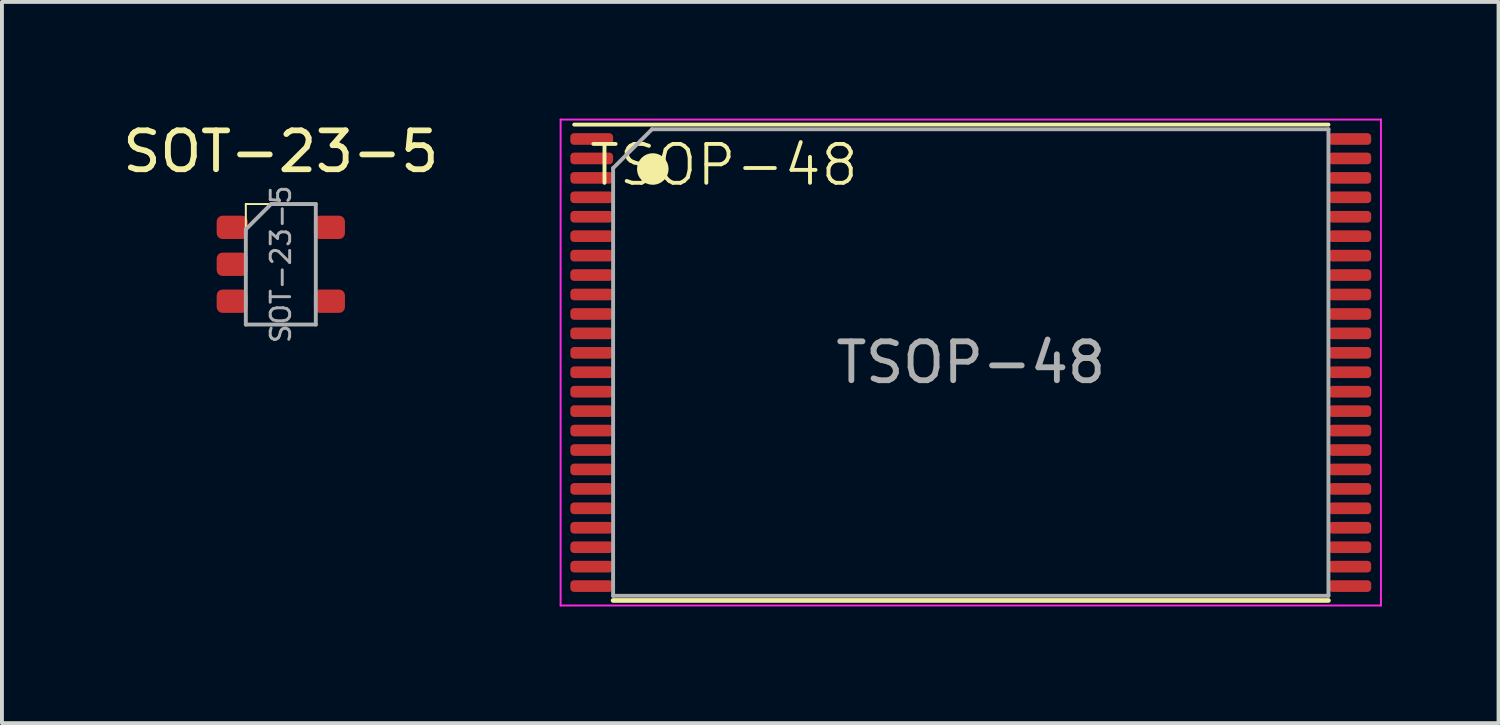
<source format=kicad_pcb>
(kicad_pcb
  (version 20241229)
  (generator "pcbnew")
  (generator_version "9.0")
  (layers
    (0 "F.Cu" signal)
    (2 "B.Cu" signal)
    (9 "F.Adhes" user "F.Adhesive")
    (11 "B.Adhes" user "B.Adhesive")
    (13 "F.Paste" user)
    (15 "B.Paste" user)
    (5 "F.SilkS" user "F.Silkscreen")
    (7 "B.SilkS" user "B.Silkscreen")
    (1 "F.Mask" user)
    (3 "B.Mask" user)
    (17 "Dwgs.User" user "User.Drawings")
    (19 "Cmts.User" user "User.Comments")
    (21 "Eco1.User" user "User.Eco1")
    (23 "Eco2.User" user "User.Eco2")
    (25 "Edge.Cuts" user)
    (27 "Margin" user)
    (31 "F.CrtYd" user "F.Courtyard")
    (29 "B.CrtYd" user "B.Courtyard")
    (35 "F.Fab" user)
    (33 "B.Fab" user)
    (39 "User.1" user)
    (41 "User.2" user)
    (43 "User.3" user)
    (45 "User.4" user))
  (footprint "TSOP-48"
    (layer "F.Cu")
    (at 21.92 6.275)
    (property "Reference" "TSOP-48" (at -6.35 -5.08 180) (layer "F.SilkS") (effects (font (size 1 1) (thickness 0.1))))
    (attr smd)
    (fp_line (start -9.2 6.12) (end 9.2 6.12) (stroke (width 0.12) (type solid)) (layer "F.SilkS"))
    (fp_line (start 9.2 -6.12) (end -10.2 -6.12) (stroke (width 0.1) (type solid)) (layer "F.SilkS"))
    (fp_circle (center -8.179 -4.978) (end -7.976 -4.978) (stroke (width 0.406) (type solid)) (fill no) (layer "F.SilkS"))
    (fp_line (start -10.55 -6.25) (end 10.55 -6.25) (stroke (width 0.05) (type solid)) (layer "F.CrtYd"))
    (fp_line (start -10.55 6.25) (end -10.55 -6.25) (stroke (width 0.05) (type solid)) (layer "F.CrtYd"))
    (fp_line (start 10.55 -6.25) (end 10.55 6.25) (stroke (width 0.05) (type solid)) (layer "F.CrtYd"))
    (fp_line (start 10.55 6.25) (end -10.55 6.25) (stroke (width 0.05) (type solid)) (layer "F.CrtYd"))
    (fp_line (start -9.2 6) (end -9.2 -5) (stroke (width 0.1) (type solid)) (layer "F.Fab"))
    (fp_line (start -8.2 -6) (end -9.2 -5) (stroke (width 0.1) (type solid)) (layer "F.Fab"))
    (fp_line (start -8.2 -6) (end 9.2 -6) (stroke (width 0.1) (type solid)) (layer "F.Fab"))
    (fp_line (start 9.2 -6) (end 9.2 6) (stroke (width 0.1) (type solid)) (layer "F.Fab"))
    (fp_line (start 9.2 6) (end -9.2 6) (stroke (width 0.1) (type solid)) (layer "F.Fab"))
    (fp_text user "${REFERENCE}" (at 0 0 180) (layer "F.Fab") (effects (font (size 1 1) (thickness 0.15))))
    (pad "1" smd roundrect (at -9.75 -5.75) (size 1.1 0.3) (layers "F.Cu" "F.Mask" "F.Paste") (roundrect_rratio 0.32))
    (pad "2" smd roundrect (at -9.75 -5.25) (size 1.1 0.3) (layers "F.Cu" "F.Mask" "F.Paste") (roundrect_rratio 0.32))
    (pad "3" smd roundrect (at -9.75 -4.75) (size 1.1 0.3) (layers "F.Cu" "F.Mask" "F.Paste") (roundrect_rratio 0.32))
    (pad "4" smd roundrect (at -9.75 -4.25) (size 1.1 0.3) (layers "F.Cu" "F.Mask" "F.Paste") (roundrect_rratio 0.32))
    (pad "5" smd roundrect (at -9.75 -3.75) (size 1.1 0.3) (layers "F.Cu" "F.Mask" "F.Paste") (roundrect_rratio 0.32))
    (pad "6" smd roundrect (at -9.75 -3.25) (size 1.1 0.3) (layers "F.Cu" "F.Mask" "F.Paste") (roundrect_rratio 0.32))
    (pad "7" smd roundrect (at -9.75 -2.75) (size 1.1 0.3) (layers "F.Cu" "F.Mask" "F.Paste") (roundrect_rratio 0.32))
    (pad "8" smd roundrect (at -9.75 -2.25) (size 1.1 0.3) (layers "F.Cu" "F.Mask" "F.Paste") (roundrect_rratio 0.32))
    (pad "9" smd roundrect (at -9.75 -1.75) (size 1.1 0.3) (layers "F.Cu" "F.Mask" "F.Paste") (roundrect_rratio 0.32))
    (pad "10" smd roundrect (at -9.75 -1.25) (size 1.1 0.3) (layers "F.Cu" "F.Mask" "F.Paste") (roundrect_rratio 0.32))
    (pad "11" smd roundrect (at -9.75 -0.75) (size 1.1 0.3) (layers "F.Cu" "F.Mask" "F.Paste") (roundrect_rratio 0.32))
    (pad "12" smd roundrect (at -9.75 -0.25) (size 1.1 0.3) (layers "F.Cu" "F.Mask" "F.Paste") (roundrect_rratio 0.32))
    (pad "13" smd roundrect (at -9.75 0.25) (size 1.1 0.3) (layers "F.Cu" "F.Mask" "F.Paste") (roundrect_rratio 0.32))
    (pad "14" smd roundrect (at -9.75 0.75) (size 1.1 0.3) (layers "F.Cu" "F.Mask" "F.Paste") (roundrect_rratio 0.32))
    (pad "15" smd roundrect (at -9.75 1.25) (size 1.1 0.3) (layers "F.Cu" "F.Mask" "F.Paste") (roundrect_rratio 0.32))
    (pad "16" smd roundrect (at -9.75 1.75) (size 1.1 0.3) (layers "F.Cu" "F.Mask" "F.Paste") (roundrect_rratio 0.32))
    (pad "17" smd roundrect (at -9.75 2.25) (size 1.1 0.3) (layers "F.Cu" "F.Mask" "F.Paste") (roundrect_rratio 0.32))
    (pad "18" smd roundrect (at -9.75 2.75) (size 1.1 0.3) (layers "F.Cu" "F.Mask" "F.Paste") (roundrect_rratio 0.32))
    (pad "19" smd roundrect (at -9.75 3.25) (size 1.1 0.3) (layers "F.Cu" "F.Mask" "F.Paste") (roundrect_rratio 0.32))
    (pad "20" smd roundrect (at -9.75 3.75) (size 1.1 0.3) (layers "F.Cu" "F.Mask" "F.Paste") (roundrect_rratio 0.32))
    (pad "21" smd roundrect (at -9.75 4.25) (size 1.1 0.3) (layers "F.Cu" "F.Mask" "F.Paste") (roundrect_rratio 0.32))
    (pad "22" smd roundrect (at -9.75 4.75) (size 1.1 0.3) (layers "F.Cu" "F.Mask" "F.Paste") (roundrect_rratio 0.32))
    (pad "23" smd roundrect (at -9.75 5.25) (size 1.1 0.3) (layers "F.Cu" "F.Mask" "F.Paste") (roundrect_rratio 0.32))
    (pad "24" smd roundrect (at -9.75 5.75) (size 1.1 0.3) (layers "F.Cu" "F.Mask" "F.Paste") (roundrect_rratio 0.32))
    (pad "25" smd roundrect (at 9.75 5.75) (size 1.1 0.3) (layers "F.Cu" "F.Mask" "F.Paste") (roundrect_rratio 0.32))
    (pad "26" smd roundrect (at 9.75 5.25) (size 1.1 0.3) (layers "F.Cu" "F.Mask" "F.Paste") (roundrect_rratio 0.32))
    (pad "27" smd roundrect (at 9.75 4.75) (size 1.1 0.3) (layers "F.Cu" "F.Mask" "F.Paste") (roundrect_rratio 0.32))
    (pad "28" smd roundrect (at 9.75 4.25) (size 1.1 0.3) (layers "F.Cu" "F.Mask" "F.Paste") (roundrect_rratio 0.32))
    (pad "29" smd roundrect (at 9.75 3.75) (size 1.1 0.3) (layers "F.Cu" "F.Mask" "F.Paste") (roundrect_rratio 0.32))
    (pad "30" smd roundrect (at 9.75 3.25) (size 1.1 0.3) (layers "F.Cu" "F.Mask" "F.Paste") (roundrect_rratio 0.32))
    (pad "31" smd roundrect (at 9.75 2.75) (size 1.1 0.3) (layers "F.Cu" "F.Mask" "F.Paste") (roundrect_rratio 0.32))
    (pad "32" smd roundrect (at 9.75 2.25) (size 1.1 0.3) (layers "F.Cu" "F.Mask" "F.Paste") (roundrect_rratio 0.32))
    (pad "33" smd roundrect (at 9.75 1.75) (size 1.1 0.3) (layers "F.Cu" "F.Mask" "F.Paste") (roundrect_rratio 0.32))
    (pad "34" smd roundrect (at 9.75 1.25) (size 1.1 0.3) (layers "F.Cu" "F.Mask" "F.Paste") (roundrect_rratio 0.32))
    (pad "35" smd roundrect (at 9.75 0.75) (size 1.1 0.3) (layers "F.Cu" "F.Mask" "F.Paste") (roundrect_rratio 0.32))
    (pad "36" smd roundrect (at 9.75 0.25) (size 1.1 0.3) (layers "F.Cu" "F.Mask" "F.Paste") (roundrect_rratio 0.32))
    (pad "37" smd roundrect (at 9.75 -0.25) (size 1.1 0.3) (layers "F.Cu" "F.Mask" "F.Paste") (roundrect_rratio 0.32))
    (pad "38" smd roundrect (at 9.75 -0.75) (size 1.1 0.3) (layers "F.Cu" "F.Mask" "F.Paste") (roundrect_rratio 0.32))
    (pad "39" smd roundrect (at 9.75 -1.25) (size 1.1 0.3) (layers "F.Cu" "F.Mask" "F.Paste") (roundrect_rratio 0.32))
    (pad "40" smd roundrect (at 9.75 -1.75) (size 1.1 0.3) (layers "F.Cu" "F.Mask" "F.Paste") (roundrect_rratio 0.32))
    (pad "41" smd roundrect (at 9.75 -2.25) (size 1.1 0.3) (layers "F.Cu" "F.Mask" "F.Paste") (roundrect_rratio 0.32))
    (pad "42" smd roundrect (at 9.75 -2.75) (size 1.1 0.3) (layers "F.Cu" "F.Mask" "F.Paste") (roundrect_rratio 0.32))
    (pad "43" smd roundrect (at 9.75 -3.25) (size 1.1 0.3) (layers "F.Cu" "F.Mask" "F.Paste") (roundrect_rratio 0.32))
    (pad "44" smd roundrect (at 9.75 -3.75) (size 1.1 0.3) (layers "F.Cu" "F.Mask" "F.Paste") (roundrect_rratio 0.32))
    (pad "45" smd roundrect (at 9.75 -4.25) (size 1.1 0.3) (layers "F.Cu" "F.Mask" "F.Paste") (roundrect_rratio 0.32))
    (pad "46" smd roundrect (at 9.75 -4.75) (size 1.1 0.3) (layers "F.Cu" "F.Mask" "F.Paste") (roundrect_rratio 0.32))
    (pad "47" smd roundrect (at 9.75 -5.25) (size 1.1 0.3) (layers "F.Cu" "F.Mask" "F.Paste") (roundrect_rratio 0.32))
    (pad "48" smd roundrect (at 9.75 -5.75) (size 1.1 0.3) (layers "F.Cu" "F.Mask" "F.Paste") (roundrect_rratio 0.32)))
  (footprint "SOT-23-5"
    (layer "F.Cu")
    (at 4.173 3.748)
    (property "Reference" "SOT-23-5" (at 0 -2.9 0) (layer "F.SilkS") (effects (font (size 1 1) (thickness 0.15))))
    (attr smd)
    (fp_line (start -0.9 -1.55) (end -0.9 1.55) (stroke (width 0.051) (type solid)) (layer "F.SilkS"))
    (fp_line (start -0.9 1.55) (end 0.9 1.55) (stroke (width 0.051) (type solid)) (layer "F.SilkS"))
    (fp_line (start 0.9 -1.55) (end -0.9 -1.55) (stroke (width 0.051) (type solid)) (layer "F.SilkS"))
    (fp_line (start 0.9 1.55) (end 0.9 -1.55) (stroke (width 0.051) (type solid)) (layer "F.SilkS"))
    (fp_line (start -0.9 -0.9) (end -0.9 1.55) (stroke (width 0.1) (type solid)) (layer "F.Fab"))
    (fp_line (start -0.9 -0.9) (end -0.25 -1.55) (stroke (width 0.1) (type solid)) (layer "F.Fab"))
    (fp_line (start 0.9 -1.55) (end -0.25 -1.55) (stroke (width 0.1) (type solid)) (layer "F.Fab"))
    (fp_line (start 0.9 -1.55) (end 0.9 1.55) (stroke (width 0.1) (type solid)) (layer "F.Fab"))
    (fp_line (start 0.9 1.55) (end -0.9 1.55) (stroke (width 0.1) (type solid)) (layer "F.Fab"))
    (fp_text user "${REFERENCE}" (at 0 0 90) (layer "F.Fab") (effects (font (size 0.5 0.5) (thickness 0.075))))
    (pad "1" smd roundrect (at -1.25 -0.95) (size 0.8 0.6) (layers "F.Cu" "F.Mask" "F.Paste") (roundrect_rratio 0.25))
    (pad "2" smd roundrect (at -1.25 0) (size 0.8 0.6) (layers "F.Cu" "F.Mask" "F.Paste") (roundrect_rratio 0.25))
    (pad "3" smd roundrect (at -1.25 0.95) (size 0.8 0.6) (layers "F.Cu" "F.Mask" "F.Paste") (roundrect_rratio 0.25))
    (pad "4" smd roundrect (at 1.25 0.95) (size 0.8 0.6) (layers "F.Cu" "F.Mask" "F.Paste") (roundrect_rratio 0.25))
    (pad "5" smd roundrect (at 1.25 -0.95) (size 0.8 0.6) (layers "F.Cu" "F.Mask" "F.Paste") (roundrect_rratio 0.25)))
  (gr_rect
    (start -3 -3)
    (end 35.495 15.55)
    (stroke (width 0.1) (type default))
    (fill no)
    (layer "Edge.Cuts")))
</source>
